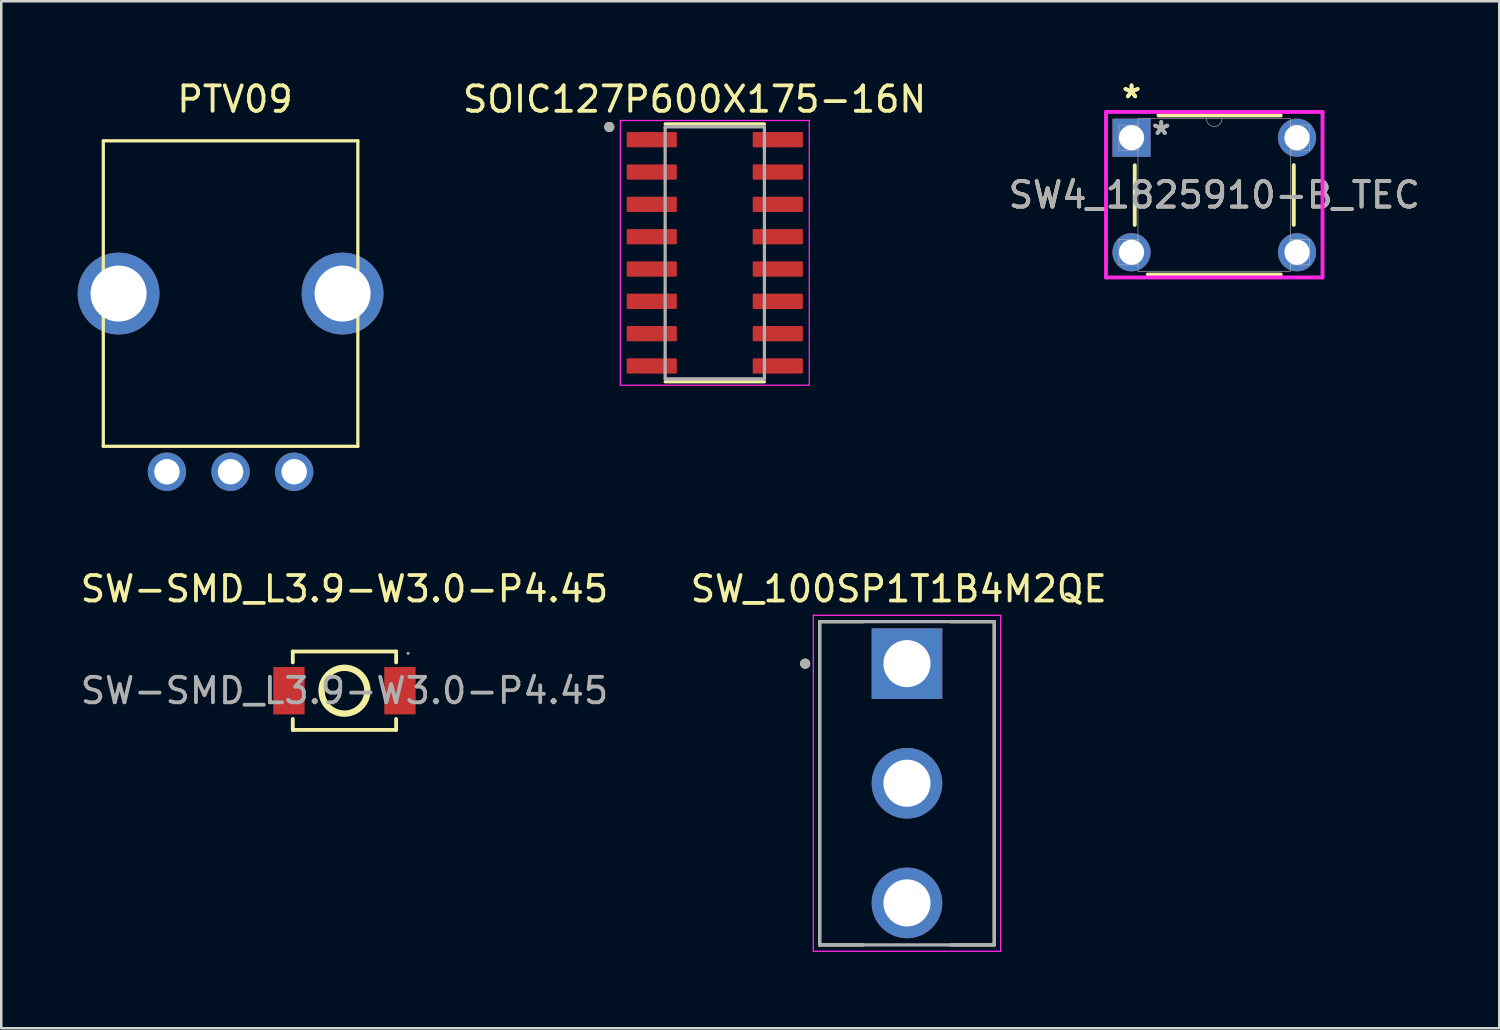
<source format=kicad_pcb>
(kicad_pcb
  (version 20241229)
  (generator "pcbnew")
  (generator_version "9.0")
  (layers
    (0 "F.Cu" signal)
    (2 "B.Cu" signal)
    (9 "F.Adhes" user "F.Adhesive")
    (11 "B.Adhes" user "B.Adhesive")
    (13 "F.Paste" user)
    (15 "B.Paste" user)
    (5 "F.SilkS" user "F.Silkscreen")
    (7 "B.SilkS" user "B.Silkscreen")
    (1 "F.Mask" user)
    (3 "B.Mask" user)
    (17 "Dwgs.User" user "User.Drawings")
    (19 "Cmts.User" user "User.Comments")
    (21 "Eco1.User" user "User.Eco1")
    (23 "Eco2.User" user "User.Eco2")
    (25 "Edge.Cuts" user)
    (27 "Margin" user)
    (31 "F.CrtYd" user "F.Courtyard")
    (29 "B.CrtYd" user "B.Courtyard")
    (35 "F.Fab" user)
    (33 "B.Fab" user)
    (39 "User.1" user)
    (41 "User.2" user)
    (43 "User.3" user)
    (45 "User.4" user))
  (footprint "PTV09"
    (layer "F.Cu")
    (at 6.008 15.483)
    (property "Reference" "PTV09" (at 0.175 -14.635 0) (layer "F.SilkS") (effects (font (size 1 1) (thickness 0.15))))
    (attr through_hole)
    (fp_line (start -5 -13) (end -5 -1) (stroke (width 0.127) (type solid)) (layer "F.SilkS"))
    (fp_line (start -5 -1) (end 5 -1) (stroke (width 0.127) (type solid)) (layer "F.SilkS"))
    (fp_line (start 5 -13) (end -5 -13) (stroke (width 0.127) (type solid)) (layer "F.SilkS"))
    (fp_line (start 5 -1) (end 5 -13) (stroke (width 0.127) (type solid)) (layer "F.SilkS"))
    (pad "1" thru_hole circle (at -2.5 0) (size 1.508 1.508) (drill 1) (layers "*.Cu" "*.Mask"))
    (pad "2" thru_hole circle (at 0 0) (size 1.508 1.508) (drill 1) (layers "*.Cu" "*.Mask"))
    (pad "3" thru_hole circle (at 2.5 0) (size 1.508 1.508) (drill 1) (layers "*.Cu" "*.Mask"))
    (pad "NC1" thru_hole circle (at -4.4 -7) (size 3.216 3.216) (drill 2.2) (layers "*.Cu" "*.Mask"))
    (pad "NC2" thru_hole circle (at 4.4 -7) (size 3.216 3.216) (drill 2.2) (layers "*.Cu" "*.Mask")))
  (footprint "SW4_1825910-B_TEC"
    (layer "F.Cu")
    (at 47.903 6.86)
    (property "Reference" "SW4_1825910-B_TEC" (at -3.25 -2.25 0) (unlocked yes) (layer "F.SilkS") (effects (font (size 1 1) (thickness 0.15))))
    (attr through_hole)
    (fp_line (start -6.374 -3.418) (end -6.374 -1.075) (stroke (width 0.152) (type solid)) (layer "F.SilkS"))
    (fp_line (start -5.862 0.874) (end -0.638 0.874) (stroke (width 0.152) (type solid)) (layer "F.SilkS"))
    (fp_line (start -0.638 -5.374) (end -5.442 -5.374) (stroke (width 0.152) (type solid)) (layer "F.SilkS"))
    (fp_line (start -0.126 -1.075) (end -0.126 -3.425) (stroke (width 0.152) (type solid)) (layer "F.SilkS"))
    (fp_line (start -7.503 -5.512) (end 1.003 -5.512) (stroke (width 0.152) (type solid)) (layer "F.CrtYd"))
    (fp_line (start -7.503 0.991) (end -7.503 -5.512) (stroke (width 0.152) (type solid)) (layer "F.CrtYd"))
    (fp_line (start 1.003 -5.512) (end 1.003 0.991) (stroke (width 0.152) (type solid)) (layer "F.CrtYd"))
    (fp_line (start 1.003 0.991) (end -7.503 0.991) (stroke (width 0.152) (type solid)) (layer "F.CrtYd"))
    (fp_line (start -6.995 -4.995) (end -6.995 -4.005) (stroke (width 0.025) (type solid)) (layer "F.Fab"))
    (fp_line (start -6.995 -4.005) (end -6.247 -4.005) (stroke (width 0.025) (type solid)) (layer "F.Fab"))
    (fp_line (start -6.995 -0.495) (end -6.995 0.495) (stroke (width 0.025) (type solid)) (layer "F.Fab"))
    (fp_line (start -6.995 0.495) (end -6.247 0.495) (stroke (width 0.025) (type solid)) (layer "F.Fab"))
    (fp_line (start -6.247 -5.247) (end -6.247 0.747) (stroke (width 0.025) (type solid)) (layer "F.Fab"))
    (fp_line (start -6.247 -4.995) (end -6.995 -4.995) (stroke (width 0.025) (type solid)) (layer "F.Fab"))
    (fp_line (start -6.247 -4.005) (end -6.247 -4.995) (stroke (width 0.025) (type solid)) (layer "F.Fab"))
    (fp_line (start -6.247 -0.495) (end -6.995 -0.495) (stroke (width 0.025) (type solid)) (layer "F.Fab"))
    (fp_line (start -6.247 0.495) (end -6.247 -0.495) (stroke (width 0.025) (type solid)) (layer "F.Fab"))
    (fp_line (start -6.247 0.747) (end -0.253 0.747) (stroke (width 0.025) (type solid)) (layer "F.Fab"))
    (fp_line (start -0.253 -5.247) (end -6.247 -5.247) (stroke (width 0.025) (type solid)) (layer "F.Fab"))
    (fp_line (start -0.253 -4.995) (end -0.253 -4.005) (stroke (width 0.025) (type solid)) (layer "F.Fab"))
    (fp_line (start -0.253 -4.005) (end 0.495 -4.005) (stroke (width 0.025) (type solid)) (layer "F.Fab"))
    (fp_line (start -0.253 -0.495) (end -0.253 0.495) (stroke (width 0.025) (type solid)) (layer "F.Fab"))
    (fp_line (start -0.253 0.495) (end 0.495 0.495) (stroke (width 0.025) (type solid)) (layer "F.Fab"))
    (fp_line (start -0.253 0.747) (end -0.253 -5.247) (stroke (width 0.025) (type solid)) (layer "F.Fab"))
    (fp_line (start 0.495 -4.995) (end -0.253 -4.995) (stroke (width 0.025) (type solid)) (layer "F.Fab"))
    (fp_line (start 0.495 -4.005) (end 0.495 -4.995) (stroke (width 0.025) (type solid)) (layer "F.Fab"))
    (fp_line (start 0.495 -0.495) (end -0.253 -0.495) (stroke (width 0.025) (type solid)) (layer "F.Fab"))
    (fp_line (start 0.495 0.495) (end 0.495 -0.495) (stroke (width 0.025) (type solid)) (layer "F.Fab"))
    (fp_arc (start -2.9452 -5.247201) (mid -3.25 -4.942401) (end -3.5548 -5.247201) (stroke (width 0.0254) (type solid)) (layer "F.Fab"))
    (fp_text user "*" (at -6.5 -6.011 0) (unlocked yes) (layer "F.SilkS") (effects (font (size 1 1) (thickness 0.15))))
    (fp_text user "*" (at -6.5 -6.011 0) (layer "F.SilkS") (effects (font (size 1 1) (thickness 0.15))))
    (fp_text user "*" (at -5.334 -4.572 0) (unlocked yes) (layer "F.Fab") (effects (font (size 1 1) (thickness 0.15))))
    (fp_text user "${REFERENCE}" (at -3.25 -2.25 0) (unlocked yes) (layer "F.Fab") (effects (font (size 1 1) (thickness 0.15))))
    (fp_text user "*" (at -5.334 -4.572 0) (layer "F.Fab") (effects (font (size 1 1) (thickness 0.15))))
    (pad "1" thru_hole rect (at -6.5 -4.5) (size 1.499 1.499) (drill 0.991) (layers "*.Cu" "*.Mask"))
    (pad "2" thru_hole circle (at 0.000001 -4.5) (size 1.499 1.499) (drill 0.991) (layers "*.Cu" "*.Mask"))
    (pad "3" thru_hole circle (at -6.5 0) (size 1.499 1.499) (drill 0.991) (layers "*.Cu" "*.Mask"))
    (pad "4" thru_hole circle (at 0.000001 0) (size 1.499 1.499) (drill 0.991) (layers "*.Cu" "*.Mask")))
  (footprint "SW_100SP1T1B4M2QE"
    (layer "F.Cu")
    (at 32.581 27.721)
    (property "Reference" "SW_100SP1T1B4M2QE" (at -0.325 -7.635 0) (layer "F.SilkS") (effects (font (size 1 1) (thickness 0.15))))
    (attr through_hole)
    (fp_line (start -3.43 6.35) (end -3.43 -6.35) (stroke (width 0.127) (type solid)) (layer "F.SilkS"))
    (fp_line (start -1.71 -6.35) (end -3.43 -6.35) (stroke (width 0.127) (type solid)) (layer "F.SilkS"))
    (fp_line (start -1.71 6.35) (end -3.43 6.35) (stroke (width 0.127) (type solid)) (layer "F.SilkS"))
    (fp_line (start 3.43 -6.35) (end 1.71 -6.35) (stroke (width 0.127) (type solid)) (layer "F.SilkS"))
    (fp_line (start 3.43 -6.35) (end 3.43 6.35) (stroke (width 0.127) (type solid)) (layer "F.SilkS"))
    (fp_line (start 3.43 6.35) (end 1.71 6.35) (stroke (width 0.127) (type solid)) (layer "F.SilkS"))
    (fp_circle (center -4 -4.7) (end -3.9 -4.7) (stroke (width 0.2) (type solid)) (fill no) (layer "F.SilkS"))
    (fp_line (start -3.68 -6.6) (end -3.68 6.6) (stroke (width 0.05) (type solid)) (layer "F.CrtYd"))
    (fp_line (start -3.68 6.6) (end 3.68 6.6) (stroke (width 0.05) (type solid)) (layer "F.CrtYd"))
    (fp_line (start 3.68 -6.6) (end -3.68 -6.6) (stroke (width 0.05) (type solid)) (layer "F.CrtYd"))
    (fp_line (start 3.68 6.6) (end 3.68 -6.6) (stroke (width 0.05) (type solid)) (layer "F.CrtYd"))
    (fp_line (start -3.43 -6.35) (end -3.43 6.35) (stroke (width 0.127) (type solid)) (layer "F.Fab"))
    (fp_line (start -3.43 6.35) (end 3.43 6.35) (stroke (width 0.127) (type solid)) (layer "F.Fab"))
    (fp_line (start 3.43 -6.35) (end -3.43 -6.35) (stroke (width 0.127) (type solid)) (layer "F.Fab"))
    (fp_line (start 3.43 6.35) (end 3.43 -6.35) (stroke (width 0.127) (type solid)) (layer "F.Fab"))
    (fp_circle (center -4 -4.7) (end -3.9 -4.7) (stroke (width 0.2) (type solid)) (fill no) (layer "F.Fab"))
    (pad "1" thru_hole rect (at 0 -4.7) (size 2.775 2.775) (drill 1.85) (layers "*.Cu" "*.Mask"))
    (pad "2" thru_hole circle (at 0 0) (size 2.775 2.775) (drill 1.85) (layers "*.Cu" "*.Mask"))
    (pad "3" thru_hole circle (at 0 4.7) (size 2.775 2.775) (drill 1.85) (layers "*.Cu" "*.Mask")))
  (footprint "SW-SMD_L3.9-W3.0-P4.45"
    (layer "F.Cu")
    (at 10.482 24.085)
    (property "Reference" "SW-SMD_L3.9-W3.0-P4.45" (at 0 -4 0) (layer "F.SilkS") (effects (font (size 1 1) (thickness 0.15))))
    (attr smd)
    (fp_line (start -2.03 -1.54) (end -2.03 -1.11) (stroke (width 0.15) (type solid)) (layer "F.SilkS"))
    (fp_line (start -2.03 1.54) (end -2.03 1.11) (stroke (width 0.15) (type solid)) (layer "F.SilkS"))
    (fp_line (start 2.03 -1.54) (end -2.03 -1.54) (stroke (width 0.15) (type solid)) (layer "F.SilkS"))
    (fp_line (start 2.03 -1.54) (end 2.03 -1.11) (stroke (width 0.15) (type solid)) (layer "F.SilkS"))
    (fp_line (start 2.03 1.11) (end 2.03 1.54) (stroke (width 0.15) (type solid)) (layer "F.SilkS"))
    (fp_line (start 2.03 1.54) (end -2.03 1.54) (stroke (width 0.15) (type solid)) (layer "F.SilkS"))
    (fp_circle (center 0 0) (end 0.9 0) (stroke (width 0.25) (type solid)) (fill no) (layer "F.SilkS"))
    (fp_circle (center 2.5 -1.47) (end 2.53 -1.47) (stroke (width 0.06) (type solid)) (fill no) (layer "F.Fab"))
    (fp_text user "${REFERENCE}" (at 0 0 0) (layer "F.Fab") (effects (font (size 1 1) (thickness 0.15))))
    (pad "1" smd rect (at -2.18 0) (size 1.23 1.86) (layers "F.Cu" "F.Mask" "F.Paste"))
    (pad "2" smd rect (at 2.18 0) (size 1.23 1.86) (layers "F.Cu" "F.Mask" "F.Paste")))
  (footprint "SOIC127P600X175-16N"
    (layer "F.Cu")
    (at 25.031 6.883)
    (property "Reference" "SOIC127P600X175-16N" (at -0.795 -6.035 0) (layer "F.SilkS") (effects (font (size 1 1) (thickness 0.15))))
    (attr smd)
    (fp_line (start -1.95 -5.065) (end 1.95 -5.065) (stroke (width 0.127) (type solid)) (layer "F.SilkS"))
    (fp_line (start -1.95 5.065) (end 1.95 5.065) (stroke (width 0.127) (type solid)) (layer "F.SilkS"))
    (fp_circle (center -4.145 -4.945) (end -4.045 -4.945) (stroke (width 0.2) (type solid)) (fill no) (layer "F.SilkS"))
    (fp_line (start -3.71 -5.2) (end -3.71 5.2) (stroke (width 0.05) (type solid)) (layer "F.CrtYd"))
    (fp_line (start -3.71 -5.2) (end 3.71 -5.2) (stroke (width 0.05) (type solid)) (layer "F.CrtYd"))
    (fp_line (start -3.71 5.2) (end 3.71 5.2) (stroke (width 0.05) (type solid)) (layer "F.CrtYd"))
    (fp_line (start 3.71 -5.2) (end 3.71 5.2) (stroke (width 0.05) (type solid)) (layer "F.CrtYd"))
    (fp_line (start -1.95 -4.95) (end -1.95 4.95) (stroke (width 0.127) (type solid)) (layer "F.Fab"))
    (fp_line (start -1.95 -4.95) (end 1.95 -4.95) (stroke (width 0.127) (type solid)) (layer "F.Fab"))
    (fp_line (start -1.95 4.95) (end 1.95 4.95) (stroke (width 0.127) (type solid)) (layer "F.Fab"))
    (fp_line (start 1.95 -4.95) (end 1.95 4.95) (stroke (width 0.127) (type solid)) (layer "F.Fab"))
    (fp_circle (center -4.145 -4.945) (end -4.045 -4.945) (stroke (width 0.2) (type solid)) (fill no) (layer "F.Fab"))
    (pad "1" smd roundrect (at -2.475 -4.445) (size 1.97 0.6) (layers "F.Cu" "F.Mask" "F.Paste") (roundrect_rratio 0.07))
    (pad "2" smd roundrect (at -2.475 -3.175) (size 1.97 0.6) (layers "F.Cu" "F.Mask" "F.Paste") (roundrect_rratio 0.07))
    (pad "3" smd roundrect (at -2.475 -1.905) (size 1.97 0.6) (layers "F.Cu" "F.Mask" "F.Paste") (roundrect_rratio 0.07))
    (pad "4" smd roundrect (at -2.475 -0.635) (size 1.97 0.6) (layers "F.Cu" "F.Mask" "F.Paste") (roundrect_rratio 0.07))
    (pad "5" smd roundrect (at -2.475 0.635) (size 1.97 0.6) (layers "F.Cu" "F.Mask" "F.Paste") (roundrect_rratio 0.07))
    (pad "6" smd roundrect (at -2.475 1.905) (size 1.97 0.6) (layers "F.Cu" "F.Mask" "F.Paste") (roundrect_rratio 0.07))
    (pad "7" smd roundrect (at -2.475 3.175) (size 1.97 0.6) (layers "F.Cu" "F.Mask" "F.Paste") (roundrect_rratio 0.07))
    (pad "8" smd roundrect (at -2.475 4.445) (size 1.97 0.6) (layers "F.Cu" "F.Mask" "F.Paste") (roundrect_rratio 0.07))
    (pad "9" smd roundrect (at 2.475 4.445) (size 1.97 0.6) (layers "F.Cu" "F.Mask" "F.Paste") (roundrect_rratio 0.07))
    (pad "10" smd roundrect (at 2.475 3.175) (size 1.97 0.6) (layers "F.Cu" "F.Mask" "F.Paste") (roundrect_rratio 0.07))
    (pad "11" smd roundrect (at 2.475 1.905) (size 1.97 0.6) (layers "F.Cu" "F.Mask" "F.Paste") (roundrect_rratio 0.07))
    (pad "12" smd roundrect (at 2.475 0.635) (size 1.97 0.6) (layers "F.Cu" "F.Mask" "F.Paste") (roundrect_rratio 0.07))
    (pad "13" smd roundrect (at 2.475 -0.635) (size 1.97 0.6) (layers "F.Cu" "F.Mask" "F.Paste") (roundrect_rratio 0.07))
    (pad "14" smd roundrect (at 2.475 -1.905) (size 1.97 0.6) (layers "F.Cu" "F.Mask" "F.Paste") (roundrect_rratio 0.07))
    (pad "15" smd roundrect (at 2.475 -3.175) (size 1.97 0.6) (layers "F.Cu" "F.Mask" "F.Paste") (roundrect_rratio 0.07))
    (pad "16" smd roundrect (at 2.475 -4.445) (size 1.97 0.6) (layers "F.Cu" "F.Mask" "F.Paste") (roundrect_rratio 0.07)))
  (gr_rect
    (start -3 -3)
    (end 55.849 37.346)
    (stroke (width 0.1) (type default))
    (fill no)
    (layer "Edge.Cuts")))
</source>
